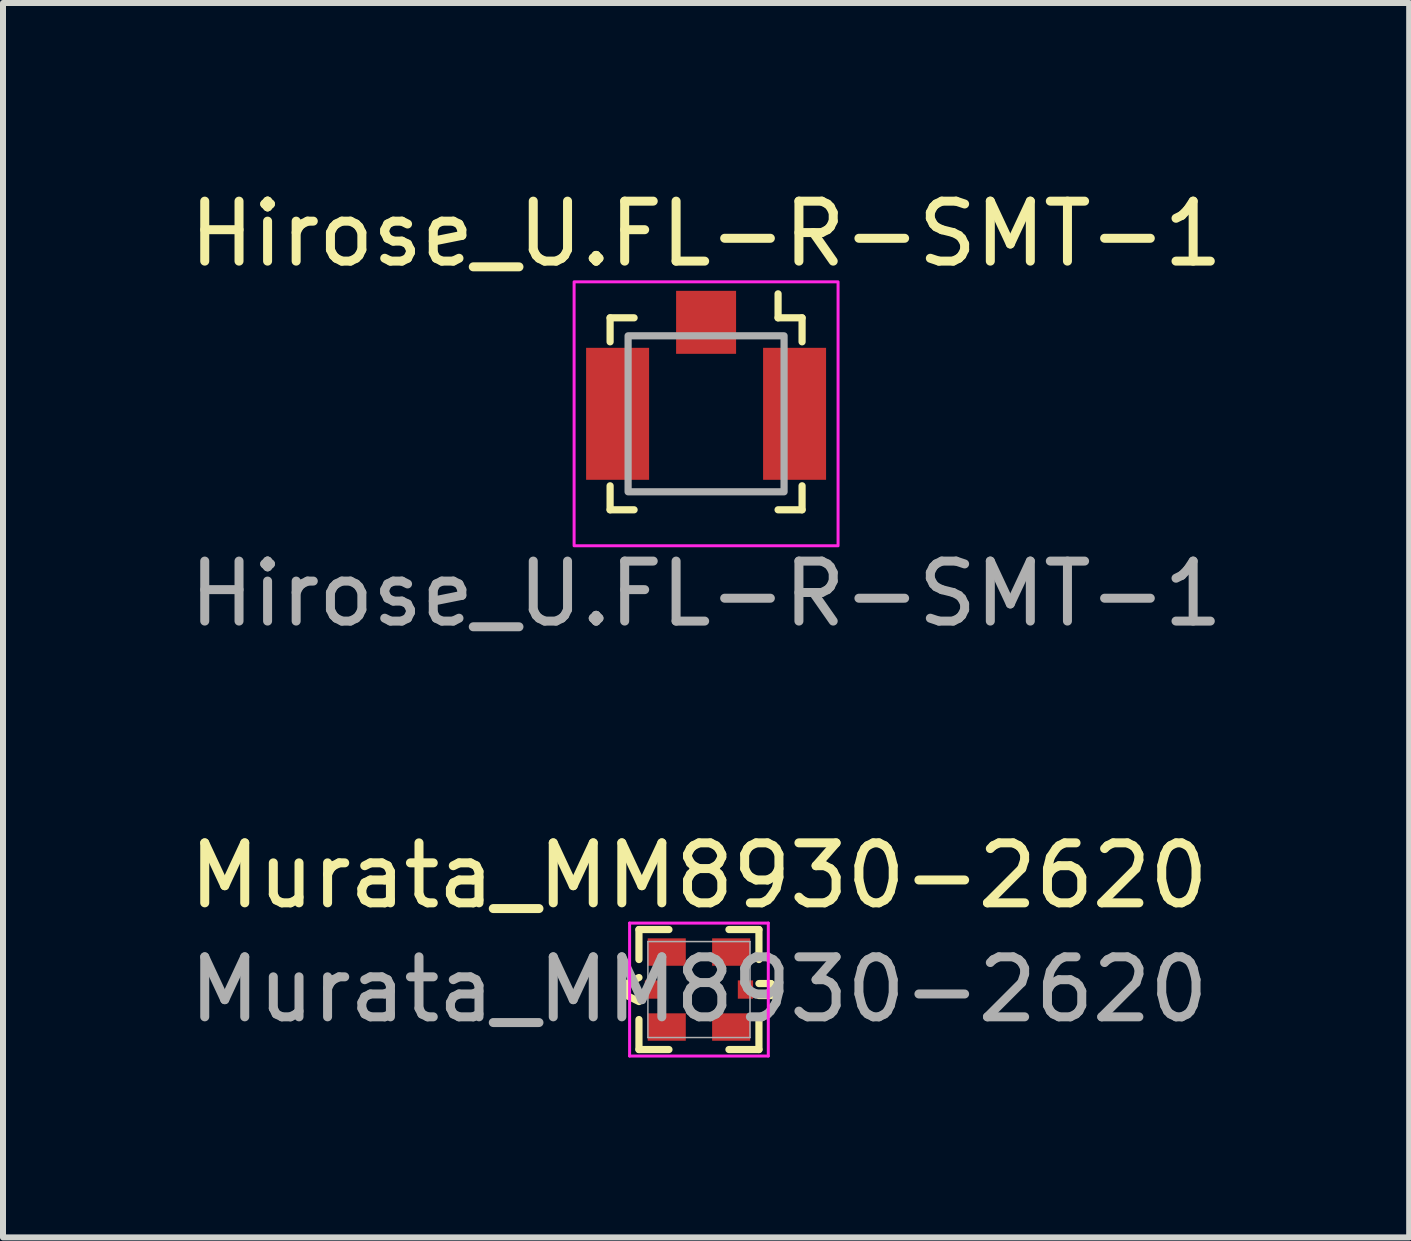
<source format=kicad_pcb>
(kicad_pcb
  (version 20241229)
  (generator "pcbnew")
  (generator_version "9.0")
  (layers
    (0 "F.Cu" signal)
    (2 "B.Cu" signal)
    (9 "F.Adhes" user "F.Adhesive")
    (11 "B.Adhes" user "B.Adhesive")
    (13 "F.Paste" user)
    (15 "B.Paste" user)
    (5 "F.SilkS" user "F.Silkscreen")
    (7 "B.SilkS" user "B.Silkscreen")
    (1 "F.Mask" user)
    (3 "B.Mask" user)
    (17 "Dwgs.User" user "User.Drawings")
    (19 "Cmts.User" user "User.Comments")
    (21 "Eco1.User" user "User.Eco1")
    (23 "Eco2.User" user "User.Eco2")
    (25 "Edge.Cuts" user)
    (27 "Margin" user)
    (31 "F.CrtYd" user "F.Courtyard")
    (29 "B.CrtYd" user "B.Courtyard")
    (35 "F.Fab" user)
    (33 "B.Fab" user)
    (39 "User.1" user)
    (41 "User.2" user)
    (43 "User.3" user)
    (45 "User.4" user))
  (footprint "Murata_MM8930-2620"
    (layer "F.Cu")
    (at 8.601 13.445)
    (property "Reference" "Murata_MM8930-2620" (at 0 -1.9 0) (unlocked yes) (layer "F.SilkS") (effects (font (size 1 1) (thickness 0.15))))
    (attr smd)
    (fp_line (start -1.2 -0.1) (end -1.2 0.1) (stroke (width 0.12) (type default)) (layer "F.SilkS"))
    (fp_line (start -1.2 0.1) (end -1 0.2) (stroke (width 0.12) (type default)) (layer "F.SilkS"))
    (fp_line (start -1 -1) (end -1 -0.5) (stroke (width 0.12) (type default)) (layer "F.SilkS"))
    (fp_line (start -1 -1) (end -0.5 -1) (stroke (width 0.12) (type default)) (layer "F.SilkS"))
    (fp_line (start -1 -0.2) (end -1.2 -0.1) (stroke (width 0.12) (type default)) (layer "F.SilkS"))
    (fp_line (start -1 1) (end -1 0.5) (stroke (width 0.12) (type default)) (layer "F.SilkS"))
    (fp_line (start -1 1) (end -0.5 1) (stroke (width 0.12) (type default)) (layer "F.SilkS"))
    (fp_line (start 1 -1) (end 0.5 -1) (stroke (width 0.12) (type default)) (layer "F.SilkS"))
    (fp_line (start 1 -1) (end 1 -0.5) (stroke (width 0.12) (type default)) (layer "F.SilkS"))
    (fp_line (start 1 -0.1) (end 1.2 -0.1) (stroke (width 0.12) (type default)) (layer "F.SilkS"))
    (fp_line (start 1 1) (end 0.5 1) (stroke (width 0.12) (type default)) (layer "F.SilkS"))
    (fp_line (start 1 1) (end 1 0.5) (stroke (width 0.12) (type default)) (layer "F.SilkS"))
    (fp_line (start 1.2 -0.1) (end 1.2 0.1) (stroke (width 0.12) (type default)) (layer "F.SilkS"))
    (fp_line (start 1.2 0.1) (end 1 0.1) (stroke (width 0.12) (type default)) (layer "F.SilkS"))
    (fp_line (start -1.156 -1.108) (end -1.156 1.108) (stroke (width 0.05) (type solid)) (layer "F.CrtYd"))
    (fp_line (start -1.156 1.108) (end 1.156 1.108) (stroke (width 0.05) (type solid)) (layer "F.CrtYd"))
    (fp_line (start 1.156 -1.108) (end -1.156 -1.108) (stroke (width 0.05) (type solid)) (layer "F.CrtYd"))
    (fp_line (start 1.156 1.108) (end 1.156 -1.108) (stroke (width 0.05) (type solid)) (layer "F.CrtYd"))
    (fp_line (start -0.851 -0.8) (end -0.851 0.8) (stroke (width 0.025) (type solid)) (layer "F.Fab"))
    (fp_line (start -0.851 0.8) (end 0.851 0.8) (stroke (width 0.025) (type solid)) (layer "F.Fab"))
    (fp_line (start 0.851 -0.8) (end -0.851 -0.8) (stroke (width 0.025) (type solid)) (layer "F.Fab"))
    (fp_line (start 0.851 0.8) (end 0.851 -0.8) (stroke (width 0.025) (type solid)) (layer "F.Fab"))
    (fp_text user "${REFERENCE}" (at 0 0 0) (unlocked yes) (layer "F.Fab") (effects (font (size 1 1) (thickness 0.15))))
    (pad "1" smd rect (at -0.775 0) (size 0.254 0.305) (layers "F.Cu" "F.Mask" "F.Paste"))
    (pad "2" smd rect (at 0.775 0) (size 0.254 0.305) (layers "F.Cu" "F.Mask" "F.Paste"))
    (pad "3" smd rect (at -0.537 -0.625) (size 0.635 0.457) (layers "F.Cu" "F.Mask" "F.Paste"))
    (pad "3" smd rect (at -0.537 0.625) (size 0.635 0.457) (layers "F.Cu" "F.Mask" "F.Paste"))
    (pad "3" smd rect (at 0.537 -0.625) (size 0.635 0.457) (layers "F.Cu" "F.Mask" "F.Paste"))
    (pad "3" smd rect (at 0.537 0.625) (size 0.635 0.457) (layers "F.Cu" "F.Mask" "F.Paste")))
  (footprint "Hirose_U.FL-R-SMT-1"
    (layer "F.Cu")
    (at 8.72 3.848)
    (property "Reference" "Hirose_U.FL-R-SMT-1" (at 0 -3 0) (unlocked yes) (layer "F.SilkS") (effects (font (size 1 1) (thickness 0.15))))
    (attr smd)
    (fp_line (start -1.6 -1.6) (end -1.2 -1.6) (stroke (width 0.12) (type default)) (layer "F.SilkS"))
    (fp_line (start -1.6 -1.2) (end -1.6 -1.6) (stroke (width 0.12) (type default)) (layer "F.SilkS"))
    (fp_line (start -1.6 1.6) (end -1.6 1.2) (stroke (width 0.12) (type default)) (layer "F.SilkS"))
    (fp_line (start -1.2 1.6) (end -1.6 1.6) (stroke (width 0.12) (type default)) (layer "F.SilkS"))
    (fp_line (start 1.2 -1.6) (end 1.2 -2) (stroke (width 0.12) (type default)) (layer "F.SilkS"))
    (fp_line (start 1.2 -1.6) (end 1.6 -1.6) (stroke (width 0.12) (type default)) (layer "F.SilkS"))
    (fp_line (start 1.6 -1.6) (end 1.6 -1.2) (stroke (width 0.12) (type default)) (layer "F.SilkS"))
    (fp_line (start 1.6 1.2) (end 1.6 1.6) (stroke (width 0.12) (type default)) (layer "F.SilkS"))
    (fp_line (start 1.6 1.6) (end 1.2 1.6) (stroke (width 0.12) (type default)) (layer "F.SilkS"))
    (fp_rect (start -2.2 -2.2) (end 2.2 2.2) (stroke (width 0.05) (type default)) (fill no) (layer "F.CrtYd"))
    (fp_rect (start -1.3 -1.3) (end 1.3 1.3) (stroke (width 0.12) (type default)) (fill no) (layer "F.Fab"))
    (fp_text user "${REFERENCE}" (at 0 3 0) (unlocked yes) (layer "F.Fab") (effects (font (size 1 1) (thickness 0.15))))
    (pad "1" smd rect (at 0 -1.525) (size 1 1.05) (layers "F.Cu" "F.Mask" "F.Paste"))
    (pad "2" smd rect (at -1.475 0) (size 1.05 2.2) (layers "F.Cu" "F.Mask" "F.Paste"))
    (pad "2" smd rect (at 1.475 0) (size 1.05 2.2) (layers "F.Cu" "F.Mask" "F.Paste"))
    (zone (net_name "") (layer "F.Cu") (hatch edge 0.5) (connect_pads) (min_thickness 0.25) (filled_areas_thickness no) (keepout (tracks not_allowed) (vias not_allowed) (pads allowed) (copperpour not_allowed) (footprints allowed)) (placement (enabled no)) (fill) (polygon (pts (xy 7.77 2.748) (xy 9.67 2.748) (xy 9.67 4.948) (xy 7.77 4.948)))))
  (gr_rect
    (start -3 -3)
    (end 20.44 17.577)
    (stroke (width 0.1) (type default))
    (fill no)
    (layer "Edge.Cuts")))
</source>
